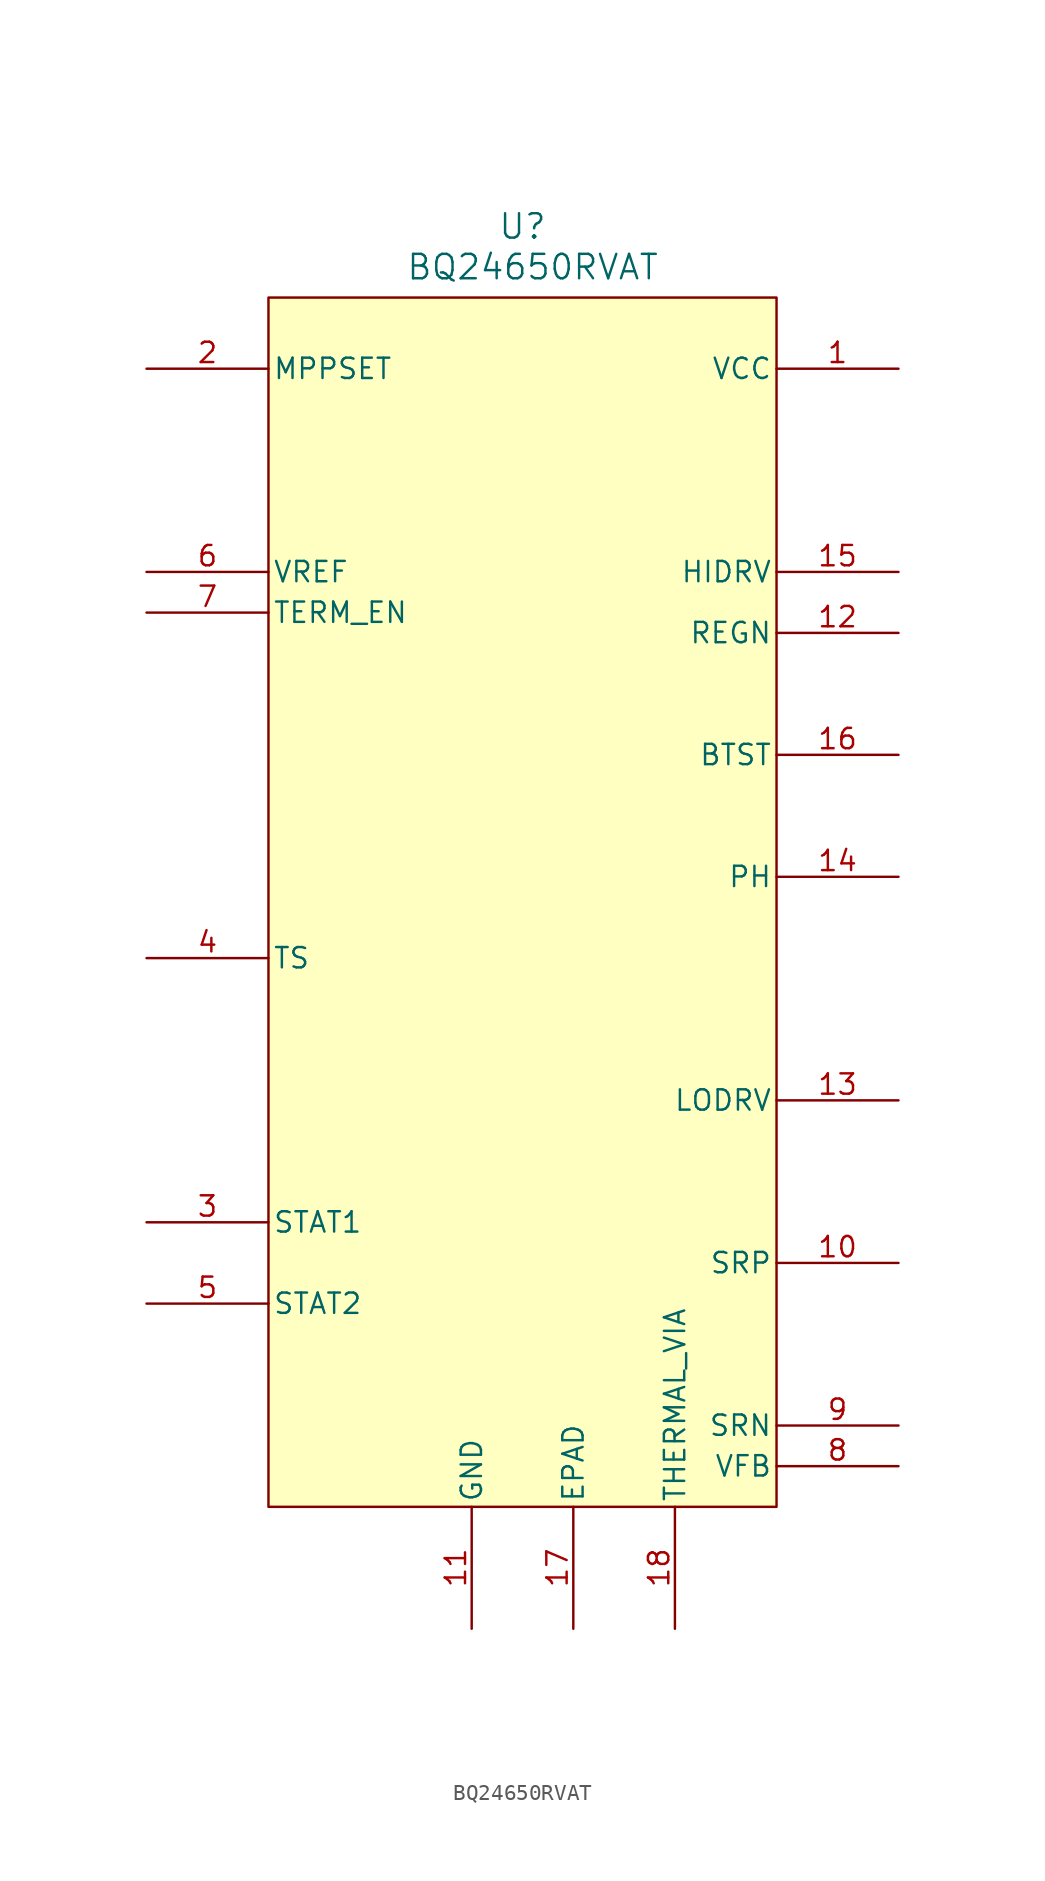
<source format=kicad_sym>
(kicad_symbol_lib
  (version 20220914)
  (generator kicad_symbol_editor)
  (symbol "BQ24650RVAT"
    (pin_names
      (offset 0.254))
    (property "Reference" "U"
      (at 57.785 111.76 0)
      (effects (font (size 1.524 1.524))))
    (property "Value" "BQ24650RVAT"
      (at 58.42 109.22 0)
      (effects (font (size 1.524 1.524))))
    (property "ki_locked" ""
      (at 0 0 0)
      (effects (font (size 1.27 1.27))))
    (symbol "BQ24650RVAT_0_1"
      (pin bidirectional line (at 81.28 46.99 180) (length 7.62) (name "SRP" (effects (font (size 1.27 1.27)))) (number "10" (effects (font (size 1.27 1.27)))))
      (pin power_in line (at 81.28 86.36 180) (length 7.62) (name "REGN" (effects (font (size 1.27 1.27)))) (number "12" (effects (font (size 1.27 1.27)))))
      (pin output line (at 81.28 57.15 180) (length 7.62) (name "LODRV" (effects (font (size 1.27 1.27)))) (number "13" (effects (font (size 1.27 1.27)))))
      (pin power_in line (at 81.28 71.12 180) (length 7.62) (name "PH" (effects (font (size 1.27 1.27)))) (number "14" (effects (font (size 1.27 1.27)))))
      (pin output line (at 81.28 90.17 180) (length 7.62) (name "HIDRV" (effects (font (size 1.27 1.27)))) (number "15" (effects (font (size 1.27 1.27)))))
      (pin power_in line (at 81.28 78.74 180) (length 7.62) (name "BTST" (effects (font (size 1.27 1.27)))) (number "16" (effects (font (size 1.27 1.27)))))
      (pin input line (at 34.29 102.87 0) (length 7.62) (name "MPPSET" (effects (font (size 1.27 1.27)))) (number "2" (effects (font (size 1.27 1.27)))))
      (pin output line (at 34.29 49.53 0) (length 7.62) (name "STAT1" (effects (font (size 1.27 1.27)))) (number "3" (effects (font (size 1.27 1.27)))))
      (pin input line (at 34.29 66.04 0) (length 7.62) (name "TS" (effects (font (size 1.27 1.27)))) (number "4" (effects (font (size 1.27 1.27)))))
      (pin output line (at 34.29 44.45 0) (length 7.62) (name "STAT2" (effects (font (size 1.27 1.27)))) (number "5" (effects (font (size 1.27 1.27)))))
      (pin power_in line (at 34.29 90.17 0) (length 7.62) (name "VREF" (effects (font (size 1.27 1.27)))) (number "6" (effects (font (size 1.27 1.27)))))
      (pin input line (at 81.28 34.29 180) (length 7.62) (name "VFB" (effects (font (size 1.27 1.27)))) (number "8" (effects (font (size 1.27 1.27)))))
      (pin input line (at 81.28 36.83 180) (length 7.62) (name "SRN" (effects (font (size 1.27 1.27)))) (number "9" (effects (font (size 1.27 1.27))))))
    (symbol "BQ24650RVAT_1_1"
      (polyline (pts (xy 41.91 102.87) (xy 41.91 31.75) (xy 73.66 31.75) (xy 73.66 102.87) (xy 73.66 107.315) (xy 41.91 107.315) (xy 41.91 102.87)) (stroke (width 0) (type default)) (fill (type background)))
      (pin power_in line (at 81.28 102.87 180) (length 7.62) (name "VCC" (effects (font (size 1.27 1.27)))) (number "1" (effects (font (size 1.27 1.27)))))
      (pin power_in line (at 54.61 24.13 90) (length 7.62) (name "GND" (effects (font (size 1.27 1.27)))) (number "11" (effects (font (size 1.27 1.27)))))
      (pin power_in line (at 60.96 24.13 90) (length 7.62) (name "EPAD" (effects (font (size 1.27 1.27)))) (number "17" (effects (font (size 1.27 1.27)))))
      (pin power_in line (at 67.31 24.13 90) (length 7.62) (name "THERMAL_VIA" (effects (font (size 1.27 1.27)))) (number "18" (effects (font (size 1.27 1.27)))))
      (pin input line (at 34.29 87.63 0) (length 7.62) (name "TERM_EN" (effects (font (size 1.27 1.27)))) (number "7" (effects (font (size 1.27 1.27))))))))
</source>
